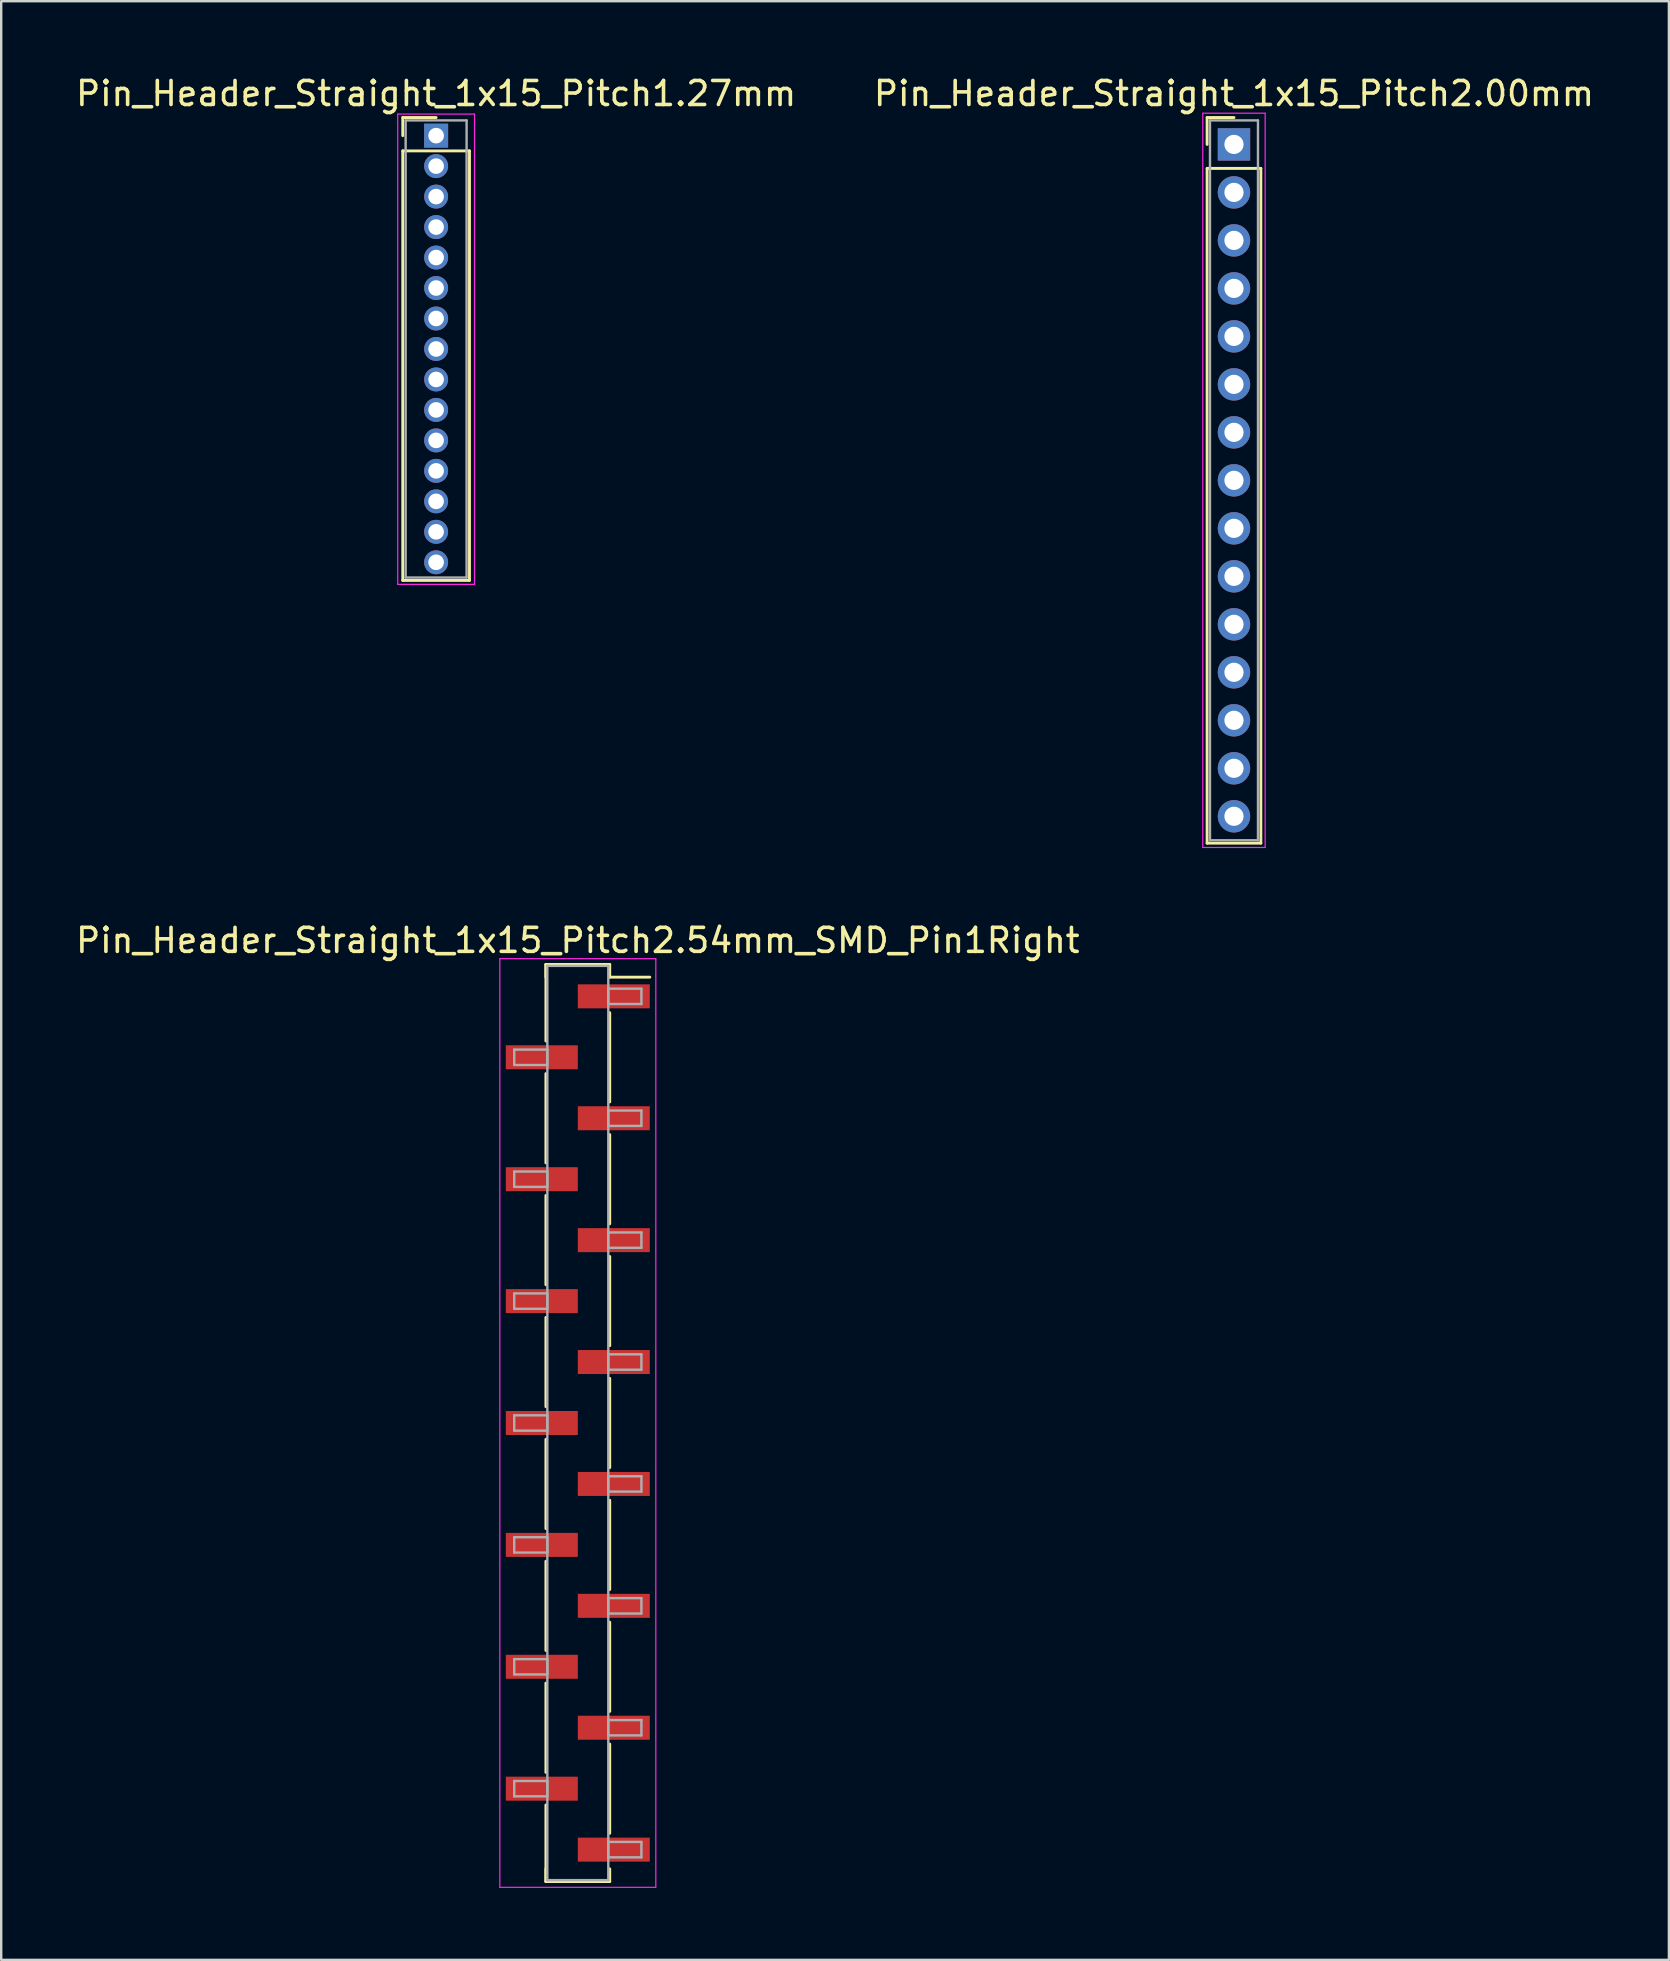
<source format=kicad_pcb>
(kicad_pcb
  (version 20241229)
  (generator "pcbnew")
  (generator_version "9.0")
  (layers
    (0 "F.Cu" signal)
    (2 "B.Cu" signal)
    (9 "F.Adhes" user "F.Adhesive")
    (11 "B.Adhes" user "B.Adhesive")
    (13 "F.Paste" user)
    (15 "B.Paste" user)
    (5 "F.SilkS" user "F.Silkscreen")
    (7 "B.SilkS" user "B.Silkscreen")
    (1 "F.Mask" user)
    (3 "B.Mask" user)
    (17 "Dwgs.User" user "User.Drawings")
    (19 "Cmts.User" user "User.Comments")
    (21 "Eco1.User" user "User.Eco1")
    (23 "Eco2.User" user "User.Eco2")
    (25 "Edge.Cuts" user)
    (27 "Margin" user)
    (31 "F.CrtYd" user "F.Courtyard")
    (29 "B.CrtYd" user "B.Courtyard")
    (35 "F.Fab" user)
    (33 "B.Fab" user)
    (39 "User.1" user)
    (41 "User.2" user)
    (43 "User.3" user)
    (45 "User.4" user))
  (footprint "Pin_Header_Straight_1x15_Pitch2.54mm_SMD_Pin1Right"
    (layer "F.Cu")
    (at 21.03 56.252)
    (property "Reference" "Pin_Header_Straight_1x15_Pitch2.54mm_SMD_Pin1Right" (at 0 -20.11 0) (layer "F.SilkS") (effects (font (size 1 1) (thickness 0.15))))
    (attr smd)
    (fp_line (start -1.33 -19.11) (end -1.33 -15.92) (stroke (width 0.12) (type solid)) (layer "F.SilkS"))
    (fp_line (start -1.33 -19.11) (end 1.33 -19.11) (stroke (width 0.12) (type solid)) (layer "F.SilkS"))
    (fp_line (start -1.33 -18.58) (end -1.33 -19.11) (stroke (width 0.12) (type solid)) (layer "F.SilkS"))
    (fp_line (start -1.33 -14.56) (end -1.33 -10.84) (stroke (width 0.12) (type solid)) (layer "F.SilkS"))
    (fp_line (start -1.33 -9.48) (end -1.33 -5.76) (stroke (width 0.12) (type solid)) (layer "F.SilkS"))
    (fp_line (start -1.33 -4.4) (end -1.33 -0.68) (stroke (width 0.12) (type solid)) (layer "F.SilkS"))
    (fp_line (start -1.33 0.68) (end -1.33 4.4) (stroke (width 0.12) (type solid)) (layer "F.SilkS"))
    (fp_line (start -1.33 5.76) (end -1.33 9.48) (stroke (width 0.12) (type solid)) (layer "F.SilkS"))
    (fp_line (start -1.33 10.84) (end -1.33 14.56) (stroke (width 0.12) (type solid)) (layer "F.SilkS"))
    (fp_line (start -1.33 15.92) (end -1.33 19.11) (stroke (width 0.12) (type solid)) (layer "F.SilkS"))
    (fp_line (start -1.33 18.58) (end -1.33 19.11) (stroke (width 0.12) (type solid)) (layer "F.SilkS"))
    (fp_line (start -1.33 19.11) (end 1.33 19.11) (stroke (width 0.12) (type solid)) (layer "F.SilkS"))
    (fp_line (start 1.33 -19.11) (end 1.33 -18.58) (stroke (width 0.12) (type solid)) (layer "F.SilkS"))
    (fp_line (start 1.33 -18.58) (end 3 -18.58) (stroke (width 0.12) (type solid)) (layer "F.SilkS"))
    (fp_line (start 1.33 -17.1) (end 1.33 -13.38) (stroke (width 0.12) (type solid)) (layer "F.SilkS"))
    (fp_line (start 1.33 -12.02) (end 1.33 -8.3) (stroke (width 0.12) (type solid)) (layer "F.SilkS"))
    (fp_line (start 1.33 -6.94) (end 1.33 -3.22) (stroke (width 0.12) (type solid)) (layer "F.SilkS"))
    (fp_line (start 1.33 -1.86) (end 1.33 1.86) (stroke (width 0.12) (type solid)) (layer "F.SilkS"))
    (fp_line (start 1.33 3.22) (end 1.33 6.94) (stroke (width 0.12) (type solid)) (layer "F.SilkS"))
    (fp_line (start 1.33 8.3) (end 1.33 12.02) (stroke (width 0.12) (type solid)) (layer "F.SilkS"))
    (fp_line (start 1.33 13.38) (end 1.33 17.1) (stroke (width 0.12) (type solid)) (layer "F.SilkS"))
    (fp_line (start 1.33 19.11) (end 1.33 18.58) (stroke (width 0.12) (type solid)) (layer "F.SilkS"))
    (fp_line (start -3.25 -19.35) (end -3.25 19.35) (stroke (width 0.05) (type solid)) (layer "F.CrtYd"))
    (fp_line (start -3.25 19.35) (end 3.25 19.35) (stroke (width 0.05) (type solid)) (layer "F.CrtYd"))
    (fp_line (start 3.25 -19.35) (end -3.25 -19.35) (stroke (width 0.05) (type solid)) (layer "F.CrtYd"))
    (fp_line (start 3.25 19.35) (end 3.25 -19.35) (stroke (width 0.05) (type solid)) (layer "F.CrtYd"))
    (fp_line (start -2.65 -15.56) (end -1.27 -15.56) (stroke (width 0.1) (type solid)) (layer "F.Fab"))
    (fp_line (start -2.65 -14.92) (end -2.65 -15.56) (stroke (width 0.1) (type solid)) (layer "F.Fab"))
    (fp_line (start -2.65 -10.48) (end -1.27 -10.48) (stroke (width 0.1) (type solid)) (layer "F.Fab"))
    (fp_line (start -2.65 -9.84) (end -2.65 -10.48) (stroke (width 0.1) (type solid)) (layer "F.Fab"))
    (fp_line (start -2.65 -5.4) (end -1.27 -5.4) (stroke (width 0.1) (type solid)) (layer "F.Fab"))
    (fp_line (start -2.65 -4.76) (end -2.65 -5.4) (stroke (width 0.1) (type solid)) (layer "F.Fab"))
    (fp_line (start -2.65 -0.32) (end -1.27 -0.32) (stroke (width 0.1) (type solid)) (layer "F.Fab"))
    (fp_line (start -2.65 0.32) (end -2.65 -0.32) (stroke (width 0.1) (type solid)) (layer "F.Fab"))
    (fp_line (start -2.65 4.76) (end -1.27 4.76) (stroke (width 0.1) (type solid)) (layer "F.Fab"))
    (fp_line (start -2.65 5.4) (end -2.65 4.76) (stroke (width 0.1) (type solid)) (layer "F.Fab"))
    (fp_line (start -2.65 9.84) (end -1.27 9.84) (stroke (width 0.1) (type solid)) (layer "F.Fab"))
    (fp_line (start -2.65 10.48) (end -2.65 9.84) (stroke (width 0.1) (type solid)) (layer "F.Fab"))
    (fp_line (start -2.65 14.92) (end -1.27 14.92) (stroke (width 0.1) (type solid)) (layer "F.Fab"))
    (fp_line (start -2.65 15.56) (end -2.65 14.92) (stroke (width 0.1) (type solid)) (layer "F.Fab"))
    (fp_line (start -1.27 -19.05) (end -1.27 19.05) (stroke (width 0.1) (type solid)) (layer "F.Fab"))
    (fp_line (start -1.27 -15.56) (end -1.27 -14.92) (stroke (width 0.1) (type solid)) (layer "F.Fab"))
    (fp_line (start -1.27 -14.92) (end -2.65 -14.92) (stroke (width 0.1) (type solid)) (layer "F.Fab"))
    (fp_line (start -1.27 -10.48) (end -1.27 -9.84) (stroke (width 0.1) (type solid)) (layer "F.Fab"))
    (fp_line (start -1.27 -9.84) (end -2.65 -9.84) (stroke (width 0.1) (type solid)) (layer "F.Fab"))
    (fp_line (start -1.27 -5.4) (end -1.27 -4.76) (stroke (width 0.1) (type solid)) (layer "F.Fab"))
    (fp_line (start -1.27 -4.76) (end -2.65 -4.76) (stroke (width 0.1) (type solid)) (layer "F.Fab"))
    (fp_line (start -1.27 -0.32) (end -1.27 0.32) (stroke (width 0.1) (type solid)) (layer "F.Fab"))
    (fp_line (start -1.27 0.32) (end -2.65 0.32) (stroke (width 0.1) (type solid)) (layer "F.Fab"))
    (fp_line (start -1.27 4.76) (end -1.27 5.4) (stroke (width 0.1) (type solid)) (layer "F.Fab"))
    (fp_line (start -1.27 5.4) (end -2.65 5.4) (stroke (width 0.1) (type solid)) (layer "F.Fab"))
    (fp_line (start -1.27 9.84) (end -1.27 10.48) (stroke (width 0.1) (type solid)) (layer "F.Fab"))
    (fp_line (start -1.27 10.48) (end -2.65 10.48) (stroke (width 0.1) (type solid)) (layer "F.Fab"))
    (fp_line (start -1.27 14.92) (end -1.27 15.56) (stroke (width 0.1) (type solid)) (layer "F.Fab"))
    (fp_line (start -1.27 15.56) (end -2.65 15.56) (stroke (width 0.1) (type solid)) (layer "F.Fab"))
    (fp_line (start -1.27 19.05) (end 1.27 19.05) (stroke (width 0.1) (type solid)) (layer "F.Fab"))
    (fp_line (start 1.27 -19.05) (end -1.27 -19.05) (stroke (width 0.1) (type solid)) (layer "F.Fab"))
    (fp_line (start 1.27 -18.1) (end 1.27 -17.46) (stroke (width 0.1) (type solid)) (layer "F.Fab"))
    (fp_line (start 1.27 -17.46) (end 2.65 -17.46) (stroke (width 0.1) (type solid)) (layer "F.Fab"))
    (fp_line (start 1.27 -13.02) (end 1.27 -12.38) (stroke (width 0.1) (type solid)) (layer "F.Fab"))
    (fp_line (start 1.27 -12.38) (end 2.65 -12.38) (stroke (width 0.1) (type solid)) (layer "F.Fab"))
    (fp_line (start 1.27 -7.94) (end 1.27 -7.3) (stroke (width 0.1) (type solid)) (layer "F.Fab"))
    (fp_line (start 1.27 -7.3) (end 2.65 -7.3) (stroke (width 0.1) (type solid)) (layer "F.Fab"))
    (fp_line (start 1.27 -2.86) (end 1.27 -2.22) (stroke (width 0.1) (type solid)) (layer "F.Fab"))
    (fp_line (start 1.27 -2.22) (end 2.65 -2.22) (stroke (width 0.1) (type solid)) (layer "F.Fab"))
    (fp_line (start 1.27 2.22) (end 1.27 2.86) (stroke (width 0.1) (type solid)) (layer "F.Fab"))
    (fp_line (start 1.27 2.86) (end 2.65 2.86) (stroke (width 0.1) (type solid)) (layer "F.Fab"))
    (fp_line (start 1.27 7.3) (end 1.27 7.94) (stroke (width 0.1) (type solid)) (layer "F.Fab"))
    (fp_line (start 1.27 7.94) (end 2.65 7.94) (stroke (width 0.1) (type solid)) (layer "F.Fab"))
    (fp_line (start 1.27 12.38) (end 1.27 13.02) (stroke (width 0.1) (type solid)) (layer "F.Fab"))
    (fp_line (start 1.27 13.02) (end 2.65 13.02) (stroke (width 0.1) (type solid)) (layer "F.Fab"))
    (fp_line (start 1.27 17.46) (end 1.27 18.1) (stroke (width 0.1) (type solid)) (layer "F.Fab"))
    (fp_line (start 1.27 18.1) (end 2.65 18.1) (stroke (width 0.1) (type solid)) (layer "F.Fab"))
    (fp_line (start 1.27 19.05) (end 1.27 -19.05) (stroke (width 0.1) (type solid)) (layer "F.Fab"))
    (fp_line (start 2.65 -18.1) (end 1.27 -18.1) (stroke (width 0.1) (type solid)) (layer "F.Fab"))
    (fp_line (start 2.65 -17.46) (end 2.65 -18.1) (stroke (width 0.1) (type solid)) (layer "F.Fab"))
    (fp_line (start 2.65 -13.02) (end 1.27 -13.02) (stroke (width 0.1) (type solid)) (layer "F.Fab"))
    (fp_line (start 2.65 -12.38) (end 2.65 -13.02) (stroke (width 0.1) (type solid)) (layer "F.Fab"))
    (fp_line (start 2.65 -7.94) (end 1.27 -7.94) (stroke (width 0.1) (type solid)) (layer "F.Fab"))
    (fp_line (start 2.65 -7.3) (end 2.65 -7.94) (stroke (width 0.1) (type solid)) (layer "F.Fab"))
    (fp_line (start 2.65 -2.86) (end 1.27 -2.86) (stroke (width 0.1) (type solid)) (layer "F.Fab"))
    (fp_line (start 2.65 -2.22) (end 2.65 -2.86) (stroke (width 0.1) (type solid)) (layer "F.Fab"))
    (fp_line (start 2.65 2.22) (end 1.27 2.22) (stroke (width 0.1) (type solid)) (layer "F.Fab"))
    (fp_line (start 2.65 2.86) (end 2.65 2.22) (stroke (width 0.1) (type solid)) (layer "F.Fab"))
    (fp_line (start 2.65 7.3) (end 1.27 7.3) (stroke (width 0.1) (type solid)) (layer "F.Fab"))
    (fp_line (start 2.65 7.94) (end 2.65 7.3) (stroke (width 0.1) (type solid)) (layer "F.Fab"))
    (fp_line (start 2.65 12.38) (end 1.27 12.38) (stroke (width 0.1) (type solid)) (layer "F.Fab"))
    (fp_line (start 2.65 13.02) (end 2.65 12.38) (stroke (width 0.1) (type solid)) (layer "F.Fab"))
    (fp_line (start 2.65 17.46) (end 1.27 17.46) (stroke (width 0.1) (type solid)) (layer "F.Fab"))
    (fp_line (start 2.65 18.1) (end 2.65 17.46) (stroke (width 0.1) (type solid)) (layer "F.Fab"))
    (pad "1" smd rect (at 1.5 -17.78) (size 3 1) (layers "F.Cu" "F.Mask"))
    (pad "2" smd rect (at -1.5 -15.24) (size 3 1) (layers "F.Cu" "F.Mask"))
    (pad "3" smd rect (at 1.5 -12.7) (size 3 1) (layers "F.Cu" "F.Mask"))
    (pad "4" smd rect (at -1.5 -10.16) (size 3 1) (layers "F.Cu" "F.Mask"))
    (pad "5" smd rect (at 1.5 -7.62) (size 3 1) (layers "F.Cu" "F.Mask"))
    (pad "6" smd rect (at -1.5 -5.08) (size 3 1) (layers "F.Cu" "F.Mask"))
    (pad "7" smd rect (at 1.5 -2.54) (size 3 1) (layers "F.Cu" "F.Mask"))
    (pad "8" smd rect (at -1.5 0) (size 3 1) (layers "F.Cu" "F.Mask"))
    (pad "9" smd rect (at 1.5 2.54) (size 3 1) (layers "F.Cu" "F.Mask"))
    (pad "10" smd rect (at -1.5 5.08) (size 3 1) (layers "F.Cu" "F.Mask"))
    (pad "11" smd rect (at 1.5 7.62) (size 3 1) (layers "F.Cu" "F.Mask"))
    (pad "12" smd rect (at -1.5 10.16) (size 3 1) (layers "F.Cu" "F.Mask"))
    (pad "13" smd rect (at 1.5 12.7) (size 3 1) (layers "F.Cu" "F.Mask"))
    (pad "14" smd rect (at -1.5 15.24) (size 3 1) (layers "F.Cu" "F.Mask"))
    (pad "15" smd rect (at 1.5 17.78) (size 3 1) (layers "F.Cu" "F.Mask")))
  (footprint "Pin_Header_Straight_1x15_Pitch1.27mm"
    (layer "F.Cu")
    (at 15.125 2.603)
    (property "Reference" "Pin_Header_Straight_1x15_Pitch1.27mm" (at 0 -1.755 0) (layer "F.SilkS") (effects (font (size 1 1) (thickness 0.15))))
    (attr through_hole)
    (fp_line (start -1.39 -0.755) (end 0 -0.755) (stroke (width 0.12) (type solid)) (layer "F.SilkS"))
    (fp_line (start -1.39 0) (end -1.39 -0.755) (stroke (width 0.12) (type solid)) (layer "F.SilkS"))
    (fp_line (start -1.39 0.635) (end -1.39 18.535) (stroke (width 0.12) (type solid)) (layer "F.SilkS"))
    (fp_line (start -1.39 18.535) (end 1.39 18.535) (stroke (width 0.12) (type solid)) (layer "F.SilkS"))
    (fp_line (start 1.39 0.635) (end -1.39 0.635) (stroke (width 0.12) (type solid)) (layer "F.SilkS"))
    (fp_line (start 1.39 18.535) (end 1.39 0.635) (stroke (width 0.12) (type solid)) (layer "F.SilkS"))
    (fp_line (start -1.6 -0.9) (end -1.6 18.7) (stroke (width 0.05) (type solid)) (layer "F.CrtYd"))
    (fp_line (start -1.6 18.7) (end 1.6 18.7) (stroke (width 0.05) (type solid)) (layer "F.CrtYd"))
    (fp_line (start 1.6 -0.9) (end -1.6 -0.9) (stroke (width 0.05) (type solid)) (layer "F.CrtYd"))
    (fp_line (start 1.6 18.7) (end 1.6 -0.9) (stroke (width 0.05) (type solid)) (layer "F.CrtYd"))
    (fp_line (start -1.27 -0.635) (end -1.27 18.415) (stroke (width 0.1) (type solid)) (layer "F.Fab"))
    (fp_line (start -1.27 18.415) (end 1.27 18.415) (stroke (width 0.1) (type solid)) (layer "F.Fab"))
    (fp_line (start 1.27 -0.635) (end -1.27 -0.635) (stroke (width 0.1) (type solid)) (layer "F.Fab"))
    (fp_line (start 1.27 18.415) (end 1.27 -0.635) (stroke (width 0.1) (type solid)) (layer "F.Fab"))
    (pad "1" thru_hole rect (at 0 0) (size 1 1) (drill 0.65) (layers "*.Cu" "*.Mask"))
    (pad "2" thru_hole oval (at 0 1.27) (size 1 1) (drill 0.65) (layers "*.Cu" "*.Mask"))
    (pad "3" thru_hole oval (at 0 2.54) (size 1 1) (drill 0.65) (layers "*.Cu" "*.Mask"))
    (pad "4" thru_hole oval (at 0 3.81) (size 1 1) (drill 0.65) (layers "*.Cu" "*.Mask"))
    (pad "5" thru_hole oval (at 0 5.08) (size 1 1) (drill 0.65) (layers "*.Cu" "*.Mask"))
    (pad "6" thru_hole oval (at 0 6.35) (size 1 1) (drill 0.65) (layers "*.Cu" "*.Mask"))
    (pad "7" thru_hole oval (at 0 7.62) (size 1 1) (drill 0.65) (layers "*.Cu" "*.Mask"))
    (pad "8" thru_hole oval (at 0 8.89) (size 1 1) (drill 0.65) (layers "*.Cu" "*.Mask"))
    (pad "9" thru_hole oval (at 0 10.16) (size 1 1) (drill 0.65) (layers "*.Cu" "*.Mask"))
    (pad "10" thru_hole oval (at 0 11.43) (size 1 1) (drill 0.65) (layers "*.Cu" "*.Mask"))
    (pad "11" thru_hole oval (at 0 12.7) (size 1 1) (drill 0.65) (layers "*.Cu" "*.Mask"))
    (pad "12" thru_hole oval (at 0 13.97) (size 1 1) (drill 0.65) (layers "*.Cu" "*.Mask"))
    (pad "13" thru_hole oval (at 0 15.24) (size 1 1) (drill 0.65) (layers "*.Cu" "*.Mask"))
    (pad "14" thru_hole oval (at 0 16.51) (size 1 1) (drill 0.65) (layers "*.Cu" "*.Mask"))
    (pad "15" thru_hole oval (at 0 17.78) (size 1 1) (drill 0.65) (layers "*.Cu" "*.Mask")))
  (footprint "Pin_Header_Straight_1x15_Pitch2.00mm"
    (layer "F.Cu")
    (at 48.375 2.968)
    (property "Reference" "Pin_Header_Straight_1x15_Pitch2.00mm" (at 0 -2.12 0) (layer "F.SilkS") (effects (font (size 1 1) (thickness 0.15))))
    (attr through_hole)
    (fp_line (start -1.12 -1.12) (end 0 -1.12) (stroke (width 0.12) (type solid)) (layer "F.SilkS"))
    (fp_line (start -1.12 0) (end -1.12 -1.12) (stroke (width 0.12) (type solid)) (layer "F.SilkS"))
    (fp_line (start -1.12 1) (end -1.12 29.12) (stroke (width 0.12) (type solid)) (layer "F.SilkS"))
    (fp_line (start -1.12 29.12) (end 1.12 29.12) (stroke (width 0.12) (type solid)) (layer "F.SilkS"))
    (fp_line (start 1.12 1) (end -1.12 1) (stroke (width 0.12) (type solid)) (layer "F.SilkS"))
    (fp_line (start 1.12 29.12) (end 1.12 1) (stroke (width 0.12) (type solid)) (layer "F.SilkS"))
    (fp_line (start -1.3 -1.3) (end -1.3 29.3) (stroke (width 0.05) (type solid)) (layer "F.CrtYd"))
    (fp_line (start -1.3 29.3) (end 1.3 29.3) (stroke (width 0.05) (type solid)) (layer "F.CrtYd"))
    (fp_line (start 1.3 -1.3) (end -1.3 -1.3) (stroke (width 0.05) (type solid)) (layer "F.CrtYd"))
    (fp_line (start 1.3 29.3) (end 1.3 -1.3) (stroke (width 0.05) (type solid)) (layer "F.CrtYd"))
    (fp_line (start -1 -1) (end -1 29) (stroke (width 0.1) (type solid)) (layer "F.Fab"))
    (fp_line (start -1 29) (end 1 29) (stroke (width 0.1) (type solid)) (layer "F.Fab"))
    (fp_line (start 1 -1) (end -1 -1) (stroke (width 0.1) (type solid)) (layer "F.Fab"))
    (fp_line (start 1 29) (end 1 -1) (stroke (width 0.1) (type solid)) (layer "F.Fab"))
    (pad "1" thru_hole rect (at 0 0) (size 1.35 1.35) (drill 0.8) (layers "*.Cu" "*.Mask"))
    (pad "2" thru_hole oval (at 0 2) (size 1.35 1.35) (drill 0.8) (layers "*.Cu" "*.Mask"))
    (pad "3" thru_hole oval (at 0 4) (size 1.35 1.35) (drill 0.8) (layers "*.Cu" "*.Mask"))
    (pad "4" thru_hole oval (at 0 6) (size 1.35 1.35) (drill 0.8) (layers "*.Cu" "*.Mask"))
    (pad "5" thru_hole oval (at 0 8) (size 1.35 1.35) (drill 0.8) (layers "*.Cu" "*.Mask"))
    (pad "6" thru_hole oval (at 0 10) (size 1.35 1.35) (drill 0.8) (layers "*.Cu" "*.Mask"))
    (pad "7" thru_hole oval (at 0 12) (size 1.35 1.35) (drill 0.8) (layers "*.Cu" "*.Mask"))
    (pad "8" thru_hole oval (at 0 14) (size 1.35 1.35) (drill 0.8) (layers "*.Cu" "*.Mask"))
    (pad "9" thru_hole oval (at 0 16) (size 1.35 1.35) (drill 0.8) (layers "*.Cu" "*.Mask"))
    (pad "10" thru_hole oval (at 0 18) (size 1.35 1.35) (drill 0.8) (layers "*.Cu" "*.Mask"))
    (pad "11" thru_hole oval (at 0 20) (size 1.35 1.35) (drill 0.8) (layers "*.Cu" "*.Mask"))
    (pad "12" thru_hole oval (at 0 22) (size 1.35 1.35) (drill 0.8) (layers "*.Cu" "*.Mask"))
    (pad "13" thru_hole oval (at 0 24) (size 1.35 1.35) (drill 0.8) (layers "*.Cu" "*.Mask"))
    (pad "14" thru_hole oval (at 0 26) (size 1.35 1.35) (drill 0.8) (layers "*.Cu" "*.Mask"))
    (pad "15" thru_hole oval (at 0 28) (size 1.35 1.35) (drill 0.8) (layers "*.Cu" "*.Mask")))
  (gr_rect
    (start -3 -3)
    (end 66.5 78.626)
    (stroke (width 0.1) (type default))
    (fill no)
    (layer "Edge.Cuts")))
</source>
